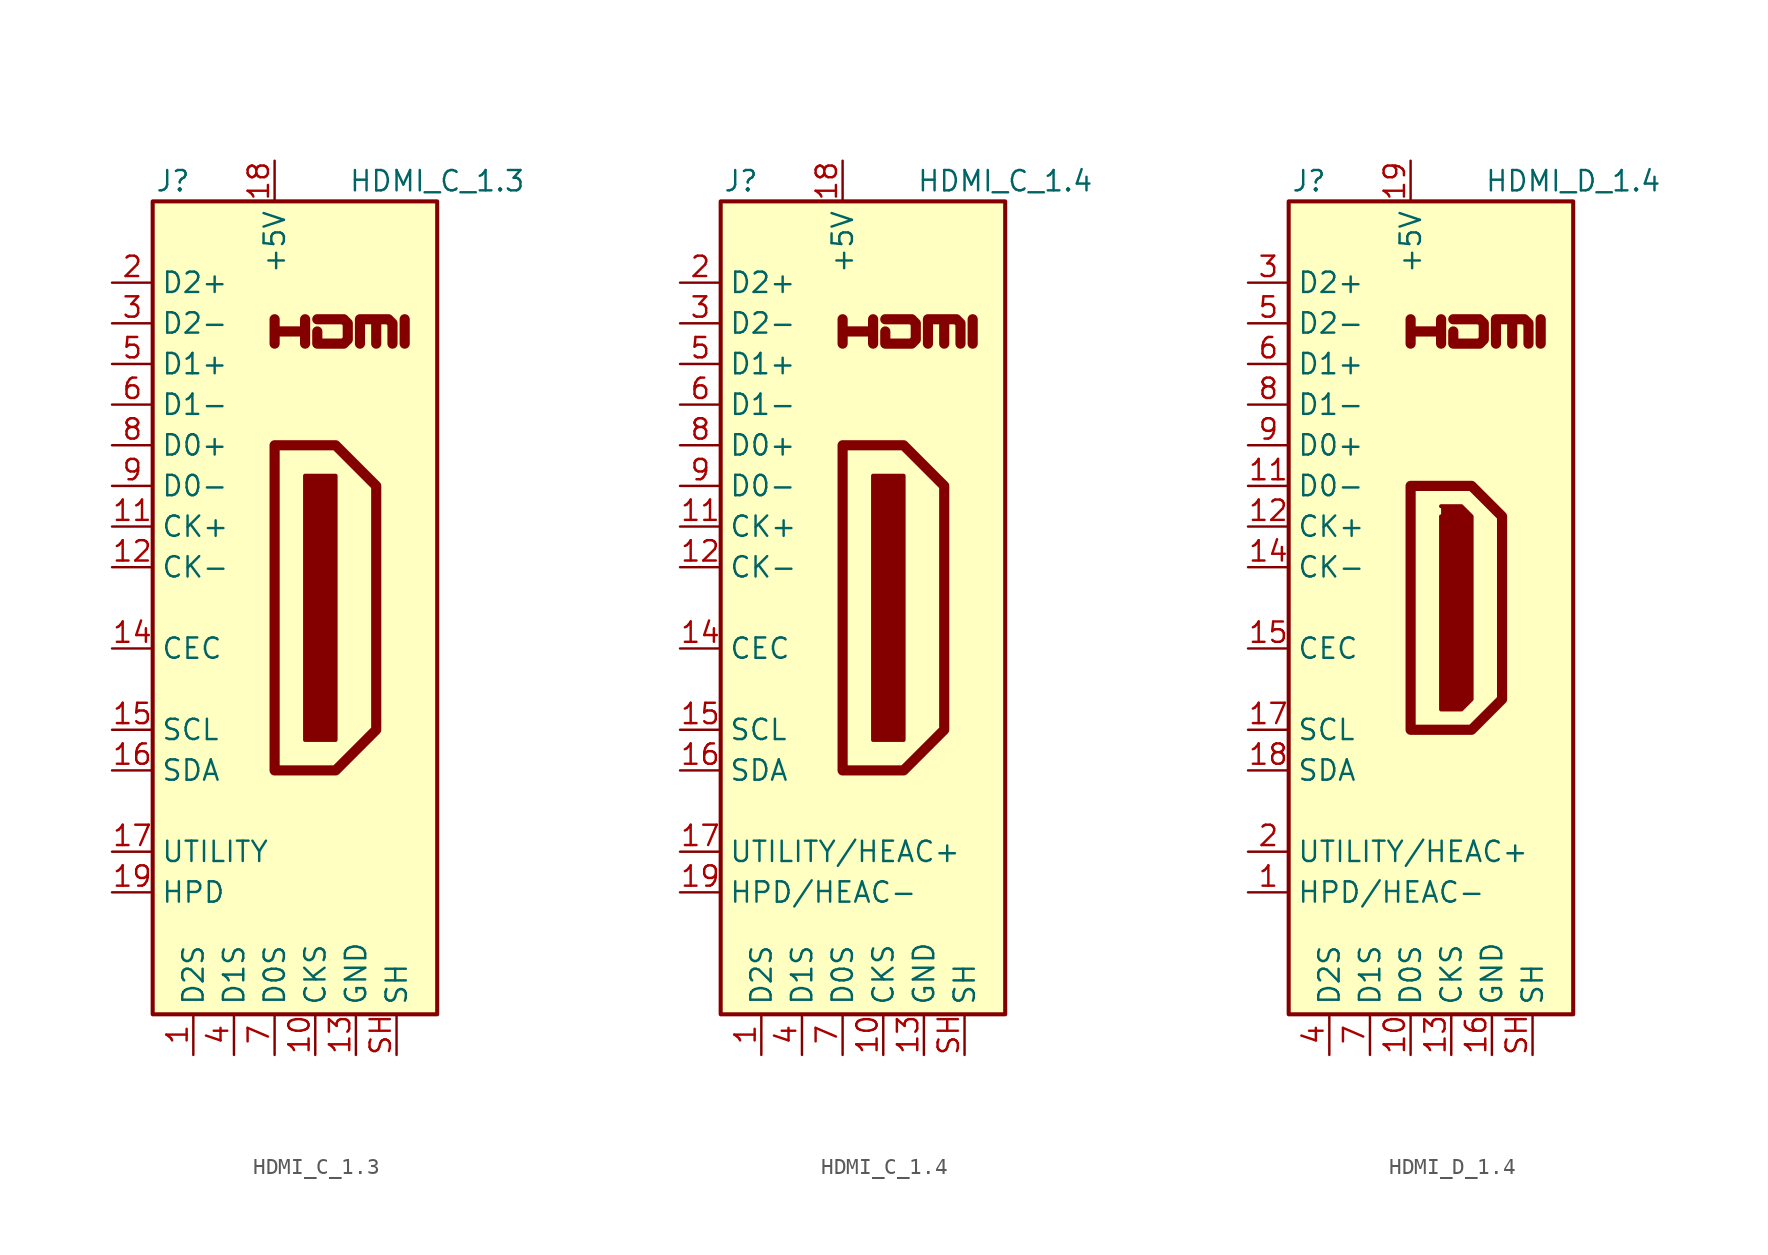
<source format=kicad_sym>
(kicad_symbol_lib
  (version 20200908)
  (generator kicad_symbol_editor)
  (symbol "Connector:HDMI_C_1.3"
    (property "Reference" "J"
      (at -6.35 26.67 0)
      (effects (font (size 1.27 1.27))))
    (property "Value" "HDMI_C_1.3"
      (at 10.16 26.67 0)
      (effects (font (size 1.27 1.27))))
    (symbol "HDMI_C_1.3_0_1"
      (rectangle (start -7.62 25.4) (end 10.16 -25.4) (stroke (width 0.254)) (fill (type background)))
      (rectangle (start 1.905 8.255) (end 3.81 -8.255) (stroke (width 0.254)) (fill (type outline)))
      (polyline (pts (xy 0 10.16) (xy 3.81 10.16) (xy 6.35 7.62) (xy 6.35 -7.62) (xy 3.81 -10.16) (xy 0 -10.16) (xy 0 10.16)) (stroke (width 0.635)) (fill (type none)))
      (polyline (pts (xy 5.334 16.51) (xy 5.334 18.034) (xy 6.35 18.034) (xy 6.35 16.51) (xy 6.35 18.034) (xy 7.112 18.034) (xy 7.366 17.78) (xy 7.366 16.51)) (stroke (width 0.635)) (fill (type none))))
    (symbol "HDMI_C_1.3_0_0"
      (polyline (pts (xy 8.128 16.51) (xy 8.128 18.034)) (stroke (width 0.635)) (fill (type none)))
      (polyline (pts (xy 0 16.51) (xy 0 18.034) (xy 0 17.272) (xy 1.905 17.272) (xy 1.905 18.034) (xy 1.905 16.51)) (stroke (width 0.635)) (fill (type none)))
      (polyline (pts (xy 2.667 18.034) (xy 4.318 18.034) (xy 4.572 17.78) (xy 4.572 16.764) (xy 4.318 16.51) (xy 2.667 16.51) (xy 2.667 17.272)) (stroke (width 0.635)) (fill (type none))))
    (symbol "HDMI_C_1.3_1_1"
      (pin power_in line (at -5.08 -27.94 90) (length 2.54) (name "D2S" (effects (font (size 1.27 1.27)))) (number "1" (effects (font (size 1.27 1.27)))))
      (pin power_in line (at 2.54 -27.94 90) (length 2.54) (name "CKS" (effects (font (size 1.27 1.27)))) (number "10" (effects (font (size 1.27 1.27)))))
      (pin passive line (at -10.16 5.08 0) (length 2.54) (name "CK+" (effects (font (size 1.27 1.27)))) (number "11" (effects (font (size 1.27 1.27)))))
      (pin passive line (at -10.16 2.54 0) (length 2.54) (name "CK-" (effects (font (size 1.27 1.27)))) (number "12" (effects (font (size 1.27 1.27)))))
      (pin power_in line (at 5.08 -27.94 90) (length 2.54) (name "GND" (effects (font (size 1.27 1.27)))) (number "13" (effects (font (size 1.27 1.27)))))
      (pin bidirectional line (at -10.16 -2.54 0) (length 2.54) (name "CEC" (effects (font (size 1.27 1.27)))) (number "14" (effects (font (size 1.27 1.27)))))
      (pin passive line (at -10.16 -7.62 0) (length 2.54) (name "SCL" (effects (font (size 1.27 1.27)))) (number "15" (effects (font (size 1.27 1.27)))))
      (pin bidirectional line (at -10.16 -10.16 0) (length 2.54) (name "SDA" (effects (font (size 1.27 1.27)))) (number "16" (effects (font (size 1.27 1.27)))))
      (pin passive line (at -10.16 -15.24 0) (length 2.54) (name "UTILITY" (effects (font (size 1.27 1.27)))) (number "17" (effects (font (size 1.27 1.27)))))
      (pin power_in line (at 0 27.94 270) (length 2.54) (name "+5V" (effects (font (size 1.27 1.27)))) (number "18" (effects (font (size 1.27 1.27)))))
      (pin passive line (at -10.16 -17.78 0) (length 2.54) (name "HPD" (effects (font (size 1.27 1.27)))) (number "19" (effects (font (size 1.27 1.27)))))
      (pin passive line (at -10.16 20.32 0) (length 2.54) (name "D2+" (effects (font (size 1.27 1.27)))) (number "2" (effects (font (size 1.27 1.27)))))
      (pin passive line (at -10.16 17.78 0) (length 2.54) (name "D2-" (effects (font (size 1.27 1.27)))) (number "3" (effects (font (size 1.27 1.27)))))
      (pin power_in line (at -2.54 -27.94 90) (length 2.54) (name "D1S" (effects (font (size 1.27 1.27)))) (number "4" (effects (font (size 1.27 1.27)))))
      (pin passive line (at -10.16 15.24 0) (length 2.54) (name "D1+" (effects (font (size 1.27 1.27)))) (number "5" (effects (font (size 1.27 1.27)))))
      (pin passive line (at -10.16 12.7 0) (length 2.54) (name "D1-" (effects (font (size 1.27 1.27)))) (number "6" (effects (font (size 1.27 1.27)))))
      (pin power_in line (at 0 -27.94 90) (length 2.54) (name "D0S" (effects (font (size 1.27 1.27)))) (number "7" (effects (font (size 1.27 1.27)))))
      (pin passive line (at -10.16 10.16 0) (length 2.54) (name "D0+" (effects (font (size 1.27 1.27)))) (number "8" (effects (font (size 1.27 1.27)))))
      (pin passive line (at -10.16 7.62 0) (length 2.54) (name "D0-" (effects (font (size 1.27 1.27)))) (number "9" (effects (font (size 1.27 1.27)))))
      (pin passive line (at 7.62 -27.94 90) (length 2.54) (name "SH" (effects (font (size 1.27 1.27)))) (number "SH" (effects (font (size 1.27 1.27)))))))
  (symbol "Connector:HDMI_C_1.4"
    (property "Reference" "J"
      (at -6.35 26.67 0)
      (effects (font (size 1.27 1.27))))
    (property "Value" "HDMI_C_1.4"
      (at 10.16 26.67 0)
      (effects (font (size 1.27 1.27))))
    (symbol "HDMI_C_1.4_0_1"
      (rectangle (start -7.62 25.4) (end 10.16 -25.4) (stroke (width 0.254)) (fill (type background)))
      (rectangle (start 1.905 8.255) (end 3.81 -8.255) (stroke (width 0.254)) (fill (type outline)))
      (polyline (pts (xy 0 10.16) (xy 3.81 10.16) (xy 6.35 7.62) (xy 6.35 -7.62) (xy 3.81 -10.16) (xy 0 -10.16) (xy 0 10.16)) (stroke (width 0.635)) (fill (type none)))
      (polyline (pts (xy 5.334 16.51) (xy 5.334 18.034) (xy 6.35 18.034) (xy 6.35 16.51) (xy 6.35 18.034) (xy 7.112 18.034) (xy 7.366 17.78) (xy 7.366 16.51)) (stroke (width 0.635)) (fill (type none))))
    (symbol "HDMI_C_1.4_0_0"
      (polyline (pts (xy 8.128 16.51) (xy 8.128 18.034)) (stroke (width 0.635)) (fill (type none)))
      (polyline (pts (xy 0 16.51) (xy 0 18.034) (xy 0 17.272) (xy 1.905 17.272) (xy 1.905 18.034) (xy 1.905 16.51)) (stroke (width 0.635)) (fill (type none)))
      (polyline (pts (xy 2.667 18.034) (xy 4.318 18.034) (xy 4.572 17.78) (xy 4.572 16.764) (xy 4.318 16.51) (xy 2.667 16.51) (xy 2.667 17.272)) (stroke (width 0.635)) (fill (type none))))
    (symbol "HDMI_C_1.4_1_1"
      (pin power_in line (at -5.08 -27.94 90) (length 2.54) (name "D2S" (effects (font (size 1.27 1.27)))) (number "1" (effects (font (size 1.27 1.27)))))
      (pin power_in line (at 2.54 -27.94 90) (length 2.54) (name "CKS" (effects (font (size 1.27 1.27)))) (number "10" (effects (font (size 1.27 1.27)))))
      (pin passive line (at -10.16 5.08 0) (length 2.54) (name "CK+" (effects (font (size 1.27 1.27)))) (number "11" (effects (font (size 1.27 1.27)))))
      (pin passive line (at -10.16 2.54 0) (length 2.54) (name "CK-" (effects (font (size 1.27 1.27)))) (number "12" (effects (font (size 1.27 1.27)))))
      (pin power_in line (at 5.08 -27.94 90) (length 2.54) (name "GND" (effects (font (size 1.27 1.27)))) (number "13" (effects (font (size 1.27 1.27)))))
      (pin bidirectional line (at -10.16 -2.54 0) (length 2.54) (name "CEC" (effects (font (size 1.27 1.27)))) (number "14" (effects (font (size 1.27 1.27)))))
      (pin passive line (at -10.16 -7.62 0) (length 2.54) (name "SCL" (effects (font (size 1.27 1.27)))) (number "15" (effects (font (size 1.27 1.27)))))
      (pin bidirectional line (at -10.16 -10.16 0) (length 2.54) (name "SDA" (effects (font (size 1.27 1.27)))) (number "16" (effects (font (size 1.27 1.27)))))
      (pin passive line (at -10.16 -15.24 0) (length 2.54) (name "UTILITY/HEAC+" (effects (font (size 1.27 1.27)))) (number "17" (effects (font (size 1.27 1.27)))))
      (pin power_in line (at 0 27.94 270) (length 2.54) (name "+5V" (effects (font (size 1.27 1.27)))) (number "18" (effects (font (size 1.27 1.27)))))
      (pin passive line (at -10.16 -17.78 0) (length 2.54) (name "HPD/HEAC-" (effects (font (size 1.27 1.27)))) (number "19" (effects (font (size 1.27 1.27)))))
      (pin passive line (at -10.16 20.32 0) (length 2.54) (name "D2+" (effects (font (size 1.27 1.27)))) (number "2" (effects (font (size 1.27 1.27)))))
      (pin passive line (at -10.16 17.78 0) (length 2.54) (name "D2-" (effects (font (size 1.27 1.27)))) (number "3" (effects (font (size 1.27 1.27)))))
      (pin power_in line (at -2.54 -27.94 90) (length 2.54) (name "D1S" (effects (font (size 1.27 1.27)))) (number "4" (effects (font (size 1.27 1.27)))))
      (pin passive line (at -10.16 15.24 0) (length 2.54) (name "D1+" (effects (font (size 1.27 1.27)))) (number "5" (effects (font (size 1.27 1.27)))))
      (pin passive line (at -10.16 12.7 0) (length 2.54) (name "D1-" (effects (font (size 1.27 1.27)))) (number "6" (effects (font (size 1.27 1.27)))))
      (pin power_in line (at 0 -27.94 90) (length 2.54) (name "D0S" (effects (font (size 1.27 1.27)))) (number "7" (effects (font (size 1.27 1.27)))))
      (pin passive line (at -10.16 10.16 0) (length 2.54) (name "D0+" (effects (font (size 1.27 1.27)))) (number "8" (effects (font (size 1.27 1.27)))))
      (pin passive line (at -10.16 7.62 0) (length 2.54) (name "D0-" (effects (font (size 1.27 1.27)))) (number "9" (effects (font (size 1.27 1.27)))))
      (pin passive line (at 7.62 -27.94 90) (length 2.54) (name "SH" (effects (font (size 1.27 1.27)))) (number "SH" (effects (font (size 1.27 1.27)))))))
  (symbol "Connector:HDMI_D_1.4"
    (property "Reference" "J"
      (at -6.35 26.67 0)
      (effects (font (size 1.27 1.27))))
    (property "Value" "HDMI_D_1.4"
      (at 10.16 26.67 0)
      (effects (font (size 1.27 1.27))))
    (symbol "HDMI_D_1.4_0_1"
      (rectangle (start -7.62 25.4) (end 10.16 -25.4) (stroke (width 0.254)) (fill (type background)))
      (polyline (pts (xy 0 7.62) (xy 3.81 7.62) (xy 5.715 5.715) (xy 5.715 -5.715) (xy 3.81 -7.62) (xy 0 -7.62) (xy 0 7.62)) (stroke (width 0.635)) (fill (type none)))
      (polyline (pts (xy 1.905 6.35) (xy 3.175 6.35) (xy 3.81 5.715) (xy 3.81 -5.715) (xy 3.175 -6.35) (xy 1.905 -6.35) (xy 1.905 5.715)) (stroke (width 0.254)) (fill (type outline)))
      (polyline (pts (xy 5.334 16.51) (xy 5.334 18.034) (xy 6.35 18.034) (xy 6.35 16.51) (xy 6.35 18.034) (xy 7.112 18.034) (xy 7.366 17.78) (xy 7.366 16.51)) (stroke (width 0.635)) (fill (type none))))
    (symbol "HDMI_D_1.4_0_0"
      (polyline (pts (xy 8.128 16.51) (xy 8.128 18.034)) (stroke (width 0.635)) (fill (type none)))
      (polyline (pts (xy 0 16.51) (xy 0 18.034) (xy 0 17.272) (xy 1.905 17.272) (xy 1.905 18.034) (xy 1.905 16.51)) (stroke (width 0.635)) (fill (type none)))
      (polyline (pts (xy 2.667 18.034) (xy 4.318 18.034) (xy 4.572 17.78) (xy 4.572 16.764) (xy 4.318 16.51) (xy 2.667 16.51) (xy 2.667 17.272)) (stroke (width 0.635)) (fill (type none))))
    (symbol "HDMI_D_1.4_1_1"
      (pin passive line (at -10.16 -17.78 0) (length 2.54) (name "HPD/HEAC-" (effects (font (size 1.27 1.27)))) (number "1" (effects (font (size 1.27 1.27)))))
      (pin power_in line (at 0 -27.94 90) (length 2.54) (name "D0S" (effects (font (size 1.27 1.27)))) (number "10" (effects (font (size 1.27 1.27)))))
      (pin passive line (at -10.16 7.62 0) (length 2.54) (name "D0-" (effects (font (size 1.27 1.27)))) (number "11" (effects (font (size 1.27 1.27)))))
      (pin passive line (at -10.16 5.08 0) (length 2.54) (name "CK+" (effects (font (size 1.27 1.27)))) (number "12" (effects (font (size 1.27 1.27)))))
      (pin power_in line (at 2.54 -27.94 90) (length 2.54) (name "CKS" (effects (font (size 1.27 1.27)))) (number "13" (effects (font (size 1.27 1.27)))))
      (pin passive line (at -10.16 2.54 0) (length 2.54) (name "CK-" (effects (font (size 1.27 1.27)))) (number "14" (effects (font (size 1.27 1.27)))))
      (pin bidirectional line (at -10.16 -2.54 0) (length 2.54) (name "CEC" (effects (font (size 1.27 1.27)))) (number "15" (effects (font (size 1.27 1.27)))))
      (pin power_in line (at 5.08 -27.94 90) (length 2.54) (name "GND" (effects (font (size 1.27 1.27)))) (number "16" (effects (font (size 1.27 1.27)))))
      (pin passive line (at -10.16 -7.62 0) (length 2.54) (name "SCL" (effects (font (size 1.27 1.27)))) (number "17" (effects (font (size 1.27 1.27)))))
      (pin bidirectional line (at -10.16 -10.16 0) (length 2.54) (name "SDA" (effects (font (size 1.27 1.27)))) (number "18" (effects (font (size 1.27 1.27)))))
      (pin power_in line (at 0 27.94 270) (length 2.54) (name "+5V" (effects (font (size 1.27 1.27)))) (number "19" (effects (font (size 1.27 1.27)))))
      (pin passive line (at -10.16 -15.24 0) (length 2.54) (name "UTILITY/HEAC+" (effects (font (size 1.27 1.27)))) (number "2" (effects (font (size 1.27 1.27)))))
      (pin passive line (at -10.16 20.32 0) (length 2.54) (name "D2+" (effects (font (size 1.27 1.27)))) (number "3" (effects (font (size 1.27 1.27)))))
      (pin power_in line (at -5.08 -27.94 90) (length 2.54) (name "D2S" (effects (font (size 1.27 1.27)))) (number "4" (effects (font (size 1.27 1.27)))))
      (pin passive line (at -10.16 17.78 0) (length 2.54) (name "D2-" (effects (font (size 1.27 1.27)))) (number "5" (effects (font (size 1.27 1.27)))))
      (pin passive line (at -10.16 15.24 0) (length 2.54) (name "D1+" (effects (font (size 1.27 1.27)))) (number "6" (effects (font (size 1.27 1.27)))))
      (pin power_in line (at -2.54 -27.94 90) (length 2.54) (name "D1S" (effects (font (size 1.27 1.27)))) (number "7" (effects (font (size 1.27 1.27)))))
      (pin passive line (at -10.16 12.7 0) (length 2.54) (name "D1-" (effects (font (size 1.27 1.27)))) (number "8" (effects (font (size 1.27 1.27)))))
      (pin passive line (at -10.16 10.16 0) (length 2.54) (name "D0+" (effects (font (size 1.27 1.27)))) (number "9" (effects (font (size 1.27 1.27)))))
      (pin passive line (at 7.62 -27.94 90) (length 2.54) (name "SH" (effects (font (size 1.27 1.27)))) (number "SH" (effects (font (size 1.27 1.27))))))))
</source>
